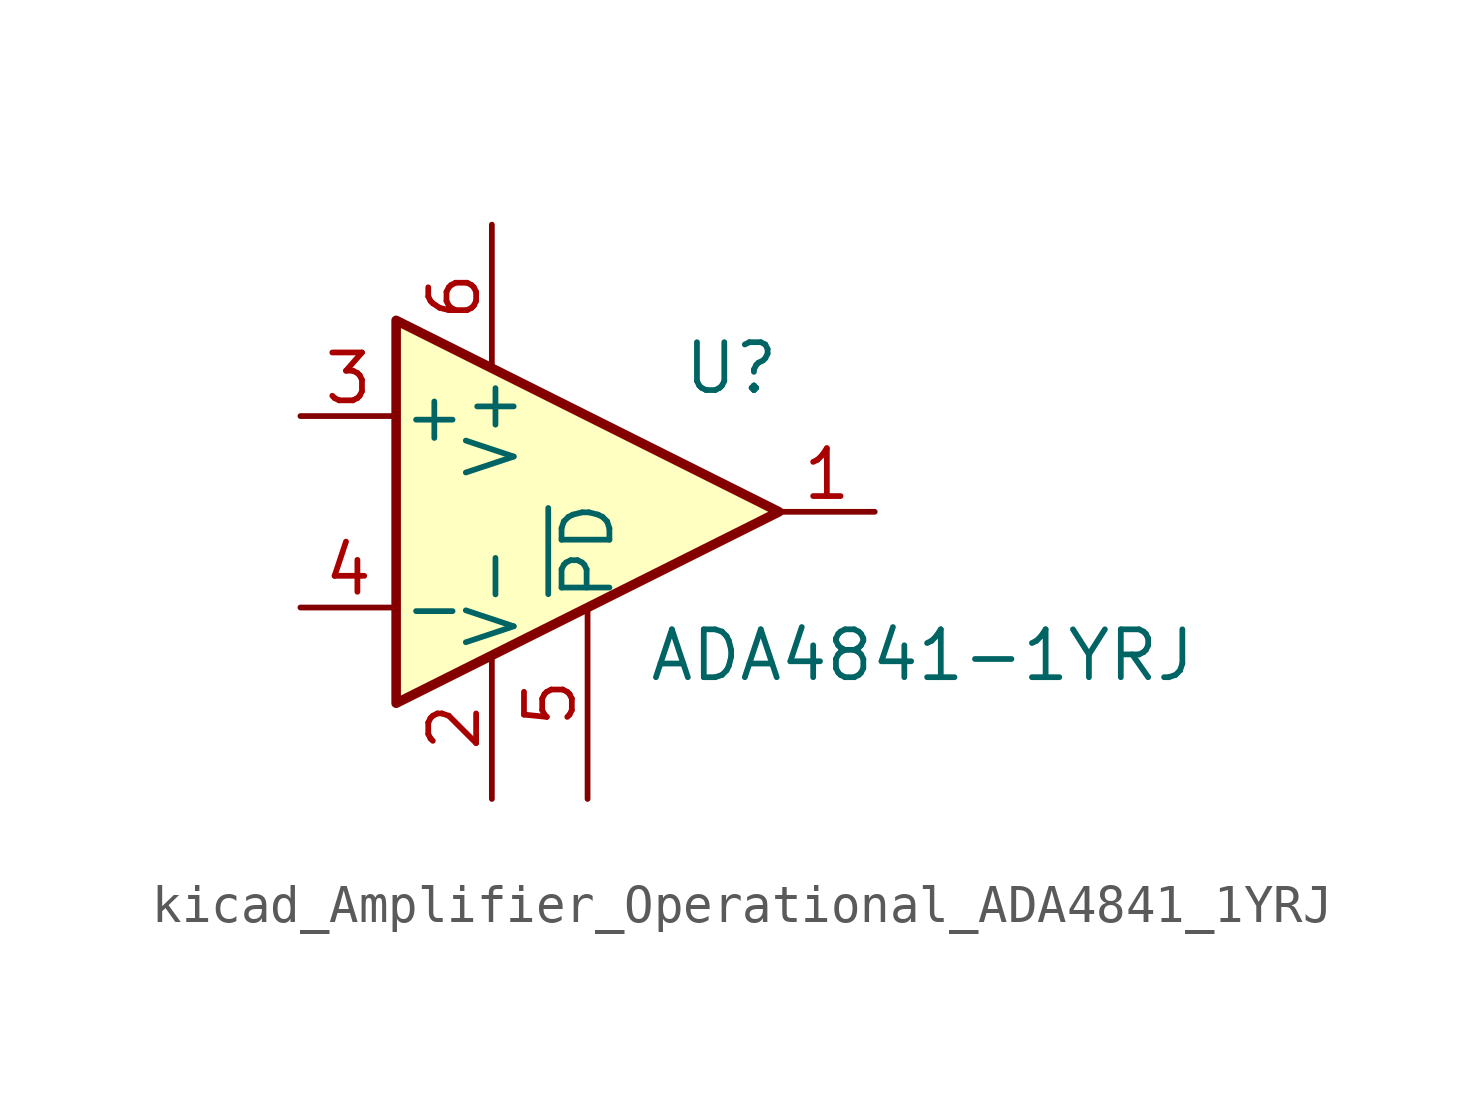
<source format=kicad_sym>
(kicad_symbol_lib
  (version 20220914)
  (generator kicad_symbol_editor)
  (symbol "kicad_Amplifier_Operational_ADA4841_1YRJ"
    (pin_names
      (offset 0.127))
    (property "Reference" "U"
      (at 3.81 3.81 0)
      (effects (font (size 1.27 1.27))))
    (property "Value" "ADA4841-1YRJ"
      (at 8.89 -3.81 0)
      (effects (font (size 1.27 1.27))))
    (symbol "kicad_Amplifier_Operational_ADA4841_1YRJ_1_1"
      (polyline (pts (xy -5.08 5.08) (xy 5.08 0) (xy -5.08 -5.08) (xy -5.08 5.08)) (stroke (width 0.254) (type default)) (fill (type background)))
      (pin output line (at 7.62 0 180) (length 2.54) (name "~" (effects (font (size 1.27 1.27)))) (number "1" (effects (font (size 1.27 1.27)))))
      (pin power_in line (at -2.54 -7.62 90) (length 3.81) (name "V-" (effects (font (size 1.27 1.27)))) (number "2" (effects (font (size 1.27 1.27)))))
      (pin input line (at -7.62 2.54 0) (length 2.54) (name "+" (effects (font (size 1.27 1.27)))) (number "3" (effects (font (size 1.27 1.27)))))
      (pin input line (at -7.62 -2.54 0) (length 2.54) (name "-" (effects (font (size 1.27 1.27)))) (number "4" (effects (font (size 1.27 1.27)))))
      (pin input line (at 0 -7.62 90) (length 5.08) (name "~{PD}" (effects (font (size 1.27 1.27)))) (number "5" (effects (font (size 1.27 1.27)))))
      (pin power_in line (at -2.54 7.62 270) (length 3.81) (name "V+" (effects (font (size 1.27 1.27)))) (number "6" (effects (font (size 1.27 1.27))))))))
</source>
